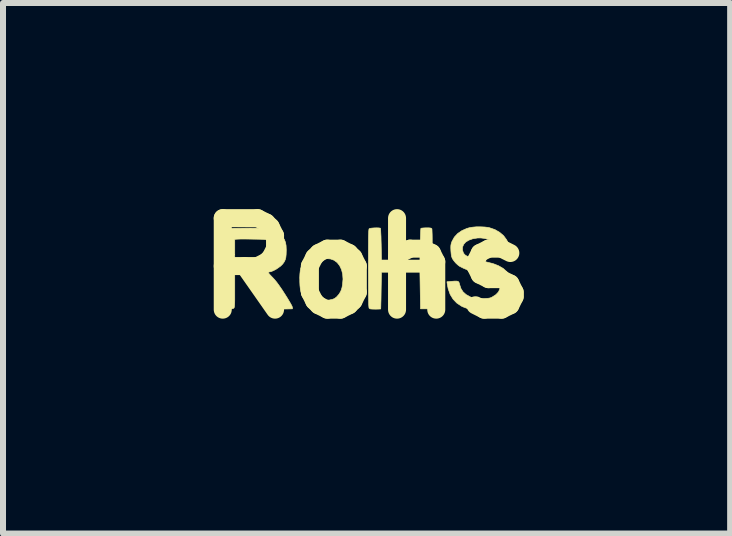
<source format=kicad_pcb>
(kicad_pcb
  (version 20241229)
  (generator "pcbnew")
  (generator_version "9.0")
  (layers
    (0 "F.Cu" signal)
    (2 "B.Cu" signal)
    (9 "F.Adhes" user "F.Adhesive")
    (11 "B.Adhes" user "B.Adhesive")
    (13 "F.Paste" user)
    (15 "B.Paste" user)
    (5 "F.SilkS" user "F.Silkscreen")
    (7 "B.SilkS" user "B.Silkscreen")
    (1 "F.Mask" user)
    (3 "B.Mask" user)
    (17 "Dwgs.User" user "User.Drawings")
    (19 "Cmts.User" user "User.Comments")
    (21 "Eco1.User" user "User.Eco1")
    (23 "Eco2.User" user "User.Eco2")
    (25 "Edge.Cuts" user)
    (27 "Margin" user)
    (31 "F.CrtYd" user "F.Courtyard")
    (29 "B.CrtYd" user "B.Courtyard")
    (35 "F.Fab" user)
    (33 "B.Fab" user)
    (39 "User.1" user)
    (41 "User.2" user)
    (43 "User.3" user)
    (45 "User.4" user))
  (footprint "Rohs"
    (layer "F.Cu")
    (at 3.055 1.418)
    (property "Reference" "Rohs" (at 0 0 0) (layer "F.SilkS") (effects (font (size 1.524 1.524) (thickness 0.3))))
    (attr through_hole)
    (fp_poly (pts (xy 1.039 -0.673) (xy 1.067 -0.67) (xy 1.082 -0.665) (xy 1.088 -0.658) (xy 1.09 -0.645) (xy 1.091 -0.613) (xy 1.093 -0.564) (xy 1.094 -0.5) (xy 1.094 -0.422) (xy 1.095 -0.331) (xy 1.095 -0.229) (xy 1.095 -0.118) (xy 1.095 0.000006) (xy 1.095 0.017) (xy 1.092 0.676) (xy 0.899 0.676) (xy 0.889 0.066) (xy 0.249 0.066) (xy 0.243 0.371) (xy 0.242 0.447) (xy 0.241 0.517) (xy 0.239 0.577) (xy 0.238 0.626) (xy 0.237 0.66) (xy 0.236 0.677) (xy 0.236 0.678) (xy 0.225 0.679) (xy 0.199 0.68) (xy 0.162 0.681) (xy 0.143 0.681) (xy 0.098 0.68) (xy 0.07 0.678) (xy 0.053 0.674) (xy 0.044 0.666) (xy 0.041 0.661) (xy 0.039 0.646) (xy 0.036 0.611) (xy 0.035 0.556) (xy 0.033 0.481) (xy 0.032 0.386) (xy 0.031 0.272) (xy 0.031 0.139) (xy 0.03 -0.003) (xy 0.031 -0.136) (xy 0.031 -0.249) (xy 0.031 -0.345) (xy 0.032 -0.425) (xy 0.032 -0.491) (xy 0.033 -0.543) (xy 0.035 -0.584) (xy 0.036 -0.614) (xy 0.038 -0.635) (xy 0.04 -0.649) (xy 0.043 -0.657) (xy 0.045 -0.66) (xy 0.061 -0.665) (xy 0.091 -0.669) (xy 0.128 -0.672) (xy 0.167 -0.673) (xy 0.202 -0.672) (xy 0.225 -0.669) (xy 0.232 -0.666) (xy 0.234 -0.654) (xy 0.236 -0.625) (xy 0.238 -0.581) (xy 0.241 -0.525) (xy 0.242 -0.46) (xy 0.244 -0.398) (xy 0.249 -0.137) (xy 0.889 -0.137) (xy 0.894 -0.398) (xy 0.896 -0.469) (xy 0.898 -0.533) (xy 0.9 -0.587) (xy 0.902 -0.629) (xy 0.904 -0.656) (xy 0.906 -0.665) (xy 0.918 -0.668) (xy 0.946 -0.671) (xy 0.983 -0.673) (xy 0.996 -0.673) (xy 1.039 -0.673)) (stroke (width 0.01) (type solid)) (fill yes) (layer "F.SilkS"))
    (fp_poly (pts (xy -0.587 -0.323) (xy -0.554 -0.319) (xy -0.521 -0.31) (xy -0.503 -0.305) (xy -0.417 -0.268) (xy -0.345 -0.218) (xy -0.287 -0.154) (xy -0.242 -0.075) (xy -0.217 -0.01) (xy -0.208 0.023) (xy -0.202 0.061) (xy -0.199 0.11) (xy -0.198 0.174) (xy -0.198 0.178) (xy -0.203 0.287) (xy -0.218 0.38) (xy -0.244 0.459) (xy -0.281 0.525) (xy -0.332 0.581) (xy -0.397 0.628) (xy -0.436 0.65) (xy -0.491 0.673) (xy -0.551 0.691) (xy -0.611 0.704) (xy -0.666 0.709) (xy -0.706 0.705) (xy -0.779 0.687) (xy -0.837 0.668) (xy -0.885 0.646) (xy -0.928 0.619) (xy -0.971 0.585) (xy -0.979 0.579) (xy -1.03 0.522) (xy -1.07 0.452) (xy -1.094 0.389) (xy -1.103 0.346) (xy -1.109 0.289) (xy -1.112 0.225) (xy -1.112 0.188) (xy -0.909 0.188) (xy -0.909 0.246) (xy -0.908 0.289) (xy -0.905 0.32) (xy -0.9 0.343) (xy -0.893 0.364) (xy -0.887 0.376) (xy -0.846 0.44) (xy -0.796 0.489) (xy -0.738 0.521) (xy -0.721 0.526) (xy -0.674 0.533) (xy -0.619 0.529) (xy -0.566 0.517) (xy -0.533 0.504) (xy -0.498 0.477) (xy -0.462 0.436) (xy -0.454 0.424) (xy -0.433 0.39) (xy -0.419 0.357) (xy -0.408 0.318) (xy -0.4 0.273) (xy -0.392 0.181) (xy -0.398 0.097) (xy -0.417 0.022) (xy -0.448 -0.043) (xy -0.489 -0.095) (xy -0.54 -0.133) (xy -0.6 -0.155) (xy -0.667 -0.161) (xy -0.683 -0.159) (xy -0.751 -0.142) (xy -0.809 -0.107) (xy -0.857 -0.055) (xy -0.885 -0.005) (xy -0.895 0.017) (xy -0.902 0.039) (xy -0.906 0.065) (xy -0.908 0.099) (xy -0.909 0.146) (xy -0.909 0.188) (xy -1.112 0.188) (xy -1.113 0.157) (xy -1.11 0.093) (xy -1.104 0.038) (xy -1.096 -0.004) (xy -1.095 -0.005) (xy -1.063 -0.088) (xy -1.024 -0.155) (xy -0.976 -0.209) (xy -0.915 -0.254) (xy -0.864 -0.282) (xy -0.827 -0.299) (xy -0.796 -0.31) (xy -0.765 -0.317) (xy -0.727 -0.321) (xy -0.679 -0.323) (xy -0.626 -0.325) (xy -0.587 -0.323)) (stroke (width 0.01) (type solid)) (fill yes) (layer "F.SilkS"))
    (fp_poly (pts (xy 1.968 -0.687) (xy 2.026 -0.68) (xy 2.048 -0.675) (xy 2.138 -0.644) (xy 2.216 -0.599) (xy 2.282 -0.543) (xy 2.331 -0.477) (xy 2.34 -0.461) (xy 2.353 -0.428) (xy 2.365 -0.389) (xy 2.375 -0.348) (xy 2.38 -0.31) (xy 2.381 -0.283) (xy 2.377 -0.271) (xy 2.364 -0.266) (xy 2.335 -0.262) (xy 2.297 -0.258) (xy 2.279 -0.257) (xy 2.189 -0.252) (xy 2.177 -0.306) (xy 2.153 -0.37) (xy 2.115 -0.424) (xy 2.08 -0.454) (xy 2.031 -0.479) (xy 1.969 -0.496) (xy 1.903 -0.505) (xy 1.847 -0.504) (xy 1.769 -0.491) (xy 1.704 -0.468) (xy 1.653 -0.437) (xy 1.618 -0.398) (xy 1.599 -0.353) (xy 1.598 -0.304) (xy 1.612 -0.259) (xy 1.622 -0.243) (xy 1.634 -0.228) (xy 1.652 -0.214) (xy 1.677 -0.2) (xy 1.71 -0.186) (xy 1.753 -0.171) (xy 1.809 -0.154) (xy 1.879 -0.135) (xy 1.965 -0.113) (xy 2.068 -0.087) (xy 2.094 -0.081) (xy 2.122 -0.072) (xy 2.16 -0.057) (xy 2.198 -0.042) (xy 2.276 0.003) (xy 2.34 0.06) (xy 2.387 0.126) (xy 2.416 0.199) (xy 2.427 0.279) (xy 2.419 0.363) (xy 2.412 0.395) (xy 2.378 0.476) (xy 2.328 0.546) (xy 2.262 0.605) (xy 2.183 0.651) (xy 2.091 0.684) (xy 1.987 0.702) (xy 1.949 0.705) (xy 1.906 0.707) (xy 1.867 0.706) (xy 1.839 0.705) (xy 1.754 0.69) (xy 1.672 0.668) (xy 1.601 0.641) (xy 1.581 0.631) (xy 1.503 0.579) (xy 1.441 0.514) (xy 1.393 0.436) (xy 1.36 0.343) (xy 1.346 0.273) (xy 1.339 0.225) (xy 1.414 0.218) (xy 1.466 0.214) (xy 1.501 0.214) (xy 1.523 0.218) (xy 1.537 0.23) (xy 1.545 0.249) (xy 1.55 0.269) (xy 1.572 0.337) (xy 1.607 0.392) (xy 1.656 0.437) (xy 1.722 0.474) (xy 1.749 0.486) (xy 1.772 0.494) (xy 1.798 0.499) (xy 1.83 0.502) (xy 1.873 0.503) (xy 1.915 0.503) (xy 1.971 0.503) (xy 2.011 0.501) (xy 2.04 0.498) (xy 2.062 0.493) (xy 2.083 0.484) (xy 2.093 0.479) (xy 2.154 0.44) (xy 2.196 0.396) (xy 2.219 0.348) (xy 2.225 0.303) (xy 2.22 0.262) (xy 2.204 0.226) (xy 2.176 0.194) (xy 2.134 0.165) (xy 2.077 0.139) (xy 2.003 0.114) (xy 1.911 0.089) (xy 1.88 0.081) (xy 1.792 0.06) (xy 1.72 0.039) (xy 1.66 0.019) (xy 1.606 -0.004) (xy 1.555 -0.03) (xy 1.548 -0.034) (xy 1.518 -0.057) (xy 1.483 -0.09) (xy 1.452 -0.128) (xy 1.43 -0.16) (xy 1.418 -0.191) (xy 1.41 -0.233) (xy 1.405 -0.29) (xy 1.405 -0.293) (xy 1.403 -0.341) (xy 1.404 -0.376) (xy 1.409 -0.406) (xy 1.419 -0.437) (xy 1.424 -0.449) (xy 1.462 -0.518) (xy 1.516 -0.577) (xy 1.587 -0.626) (xy 1.67 -0.663) (xy 1.712 -0.675) (xy 1.764 -0.684) (xy 1.829 -0.69) (xy 1.899 -0.69) (xy 1.968 -0.687)) (stroke (width 0.01) (type solid)) (fill yes) (layer "F.SilkS"))
    (fp_poly (pts (xy -1.834 -0.668) (xy -1.753 -0.667) (xy -1.685 -0.663) (xy -1.63 -0.658) (xy -1.585 -0.65) (xy -1.547 -0.639) (xy -1.515 -0.625) (xy -1.487 -0.608) (xy -1.46 -0.586) (xy -1.433 -0.561) (xy -1.432 -0.559) (xy -1.394 -0.517) (xy -1.367 -0.476) (xy -1.35 -0.431) (xy -1.34 -0.378) (xy -1.337 -0.311) (xy -1.337 -0.295) (xy -1.339 -0.23) (xy -1.344 -0.18) (xy -1.355 -0.14) (xy -1.372 -0.105) (xy -1.397 -0.07) (xy -1.425 -0.042) (xy -1.464 -0.012) (xy -1.507 0.017) (xy -1.551 0.04) (xy -1.59 0.056) (xy -1.615 0.061) (xy -1.63 0.063) (xy -1.635 0.069) (xy -1.629 0.083) (xy -1.61 0.106) (xy -1.578 0.14) (xy -1.566 0.152) (xy -1.531 0.19) (xy -1.494 0.235) (xy -1.454 0.29) (xy -1.407 0.358) (xy -1.362 0.428) (xy -1.324 0.488) (xy -1.291 0.543) (xy -1.264 0.589) (xy -1.245 0.624) (xy -1.236 0.646) (xy -1.235 0.65) (xy -1.234 0.676) (xy -1.462 0.681) (xy -1.52 0.592) (xy -1.547 0.55) (xy -1.572 0.511) (xy -1.592 0.48) (xy -1.6 0.467) (xy -1.656 0.381) (xy -1.703 0.311) (xy -1.744 0.255) (xy -1.779 0.211) (xy -1.81 0.177) (xy -1.839 0.152) (xy -1.867 0.132) (xy -1.882 0.124) (xy -1.903 0.115) (xy -1.925 0.108) (xy -1.952 0.104) (xy -1.989 0.102) (xy -2.039 0.102) (xy -2.061 0.102) (xy -2.195 0.102) (xy -2.195 0.375) (xy -2.195 0.459) (xy -2.195 0.524) (xy -2.196 0.573) (xy -2.198 0.61) (xy -2.2 0.635) (xy -2.203 0.651) (xy -2.208 0.661) (xy -2.211 0.665) (xy -2.228 0.673) (xy -2.258 0.678) (xy -2.295 0.681) (xy -2.334 0.682) (xy -2.369 0.679) (xy -2.394 0.674) (xy -2.403 0.668) (xy -2.404 0.656) (xy -2.405 0.625) (xy -2.405 0.578) (xy -2.406 0.515) (xy -2.406 0.439) (xy -2.406 0.351) (xy -2.406 0.253) (xy -2.406 0.148) (xy -2.406 0.035) (xy -2.405 -0.005) (xy -2.404 -0.29) (xy -2.195 -0.29) (xy -2.195 -0.231) (xy -2.195 -0.18) (xy -2.195 -0.138) (xy -2.195 -0.111) (xy -2.195 -0.102) (xy -2.185 -0.098) (xy -2.159 -0.095) (xy -2.118 -0.093) (xy -2.068 -0.092) (xy -2.011 -0.092) (xy -1.951 -0.092) (xy -1.891 -0.093) (xy -1.834 -0.094) (xy -1.784 -0.097) (xy -1.745 -0.1) (xy -1.727 -0.102) (xy -1.665 -0.117) (xy -1.619 -0.141) (xy -1.583 -0.177) (xy -1.57 -0.197) (xy -1.548 -0.253) (xy -1.544 -0.311) (xy -1.557 -0.366) (xy -1.587 -0.415) (xy -1.631 -0.454) (xy -1.637 -0.457) (xy -1.651 -0.465) (xy -1.665 -0.471) (xy -1.681 -0.476) (xy -1.703 -0.479) (xy -1.732 -0.481) (xy -1.772 -0.483) (xy -1.825 -0.484) (xy -1.894 -0.485) (xy -1.938 -0.486) (xy -2.026 -0.487) (xy -2.095 -0.487) (xy -2.146 -0.485) (xy -2.178 -0.483) (xy -2.193 -0.48) (xy -2.195 -0.478) (xy -2.195 -0.465) (xy -2.195 -0.435) (xy -2.195 -0.391) (xy -2.195 -0.338) (xy -2.195 -0.29) (xy -2.404 -0.29) (xy -2.403 -0.665) (xy -2.047 -0.668) (xy -1.931 -0.669) (xy -1.834 -0.668)) (stroke (width 0.01) (type solid)) (fill yes) (layer "F.SilkS")))
  (gr_rect
    (start -3 -3)
    (end 9.111 5.836)
    (stroke (width 0.1) (type default))
    (fill no)
    (layer "Edge.Cuts")))
</source>
